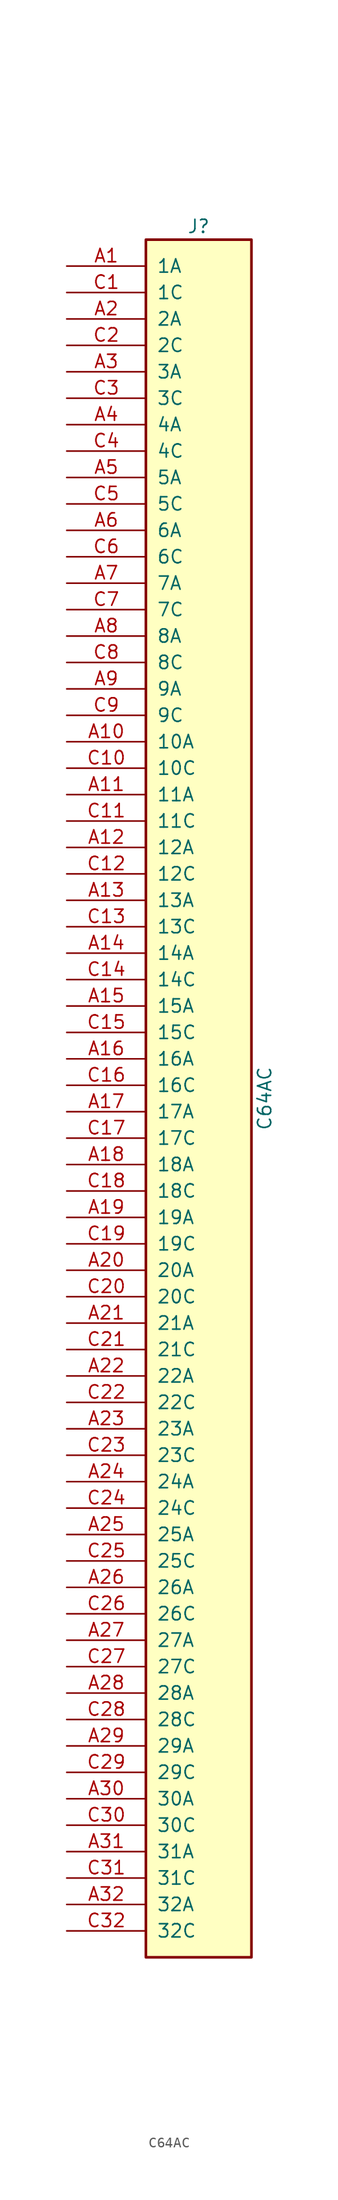
<source format=kicad_sym>
(kicad_symbol_lib
  (version 20211014)
  (generator kicad_symbol_editor)
  (symbol "C64AC"
    (pin_names
      (offset 1.016))
    (property "Reference" "J"
      (at 0 83.82 0)
      (effects (font (size 1.27 1.27))))
    (property "Value" "C64AC"
      (at 6.35 0 90)
      (effects (font (size 1.27 1.27))))
    (symbol "C64AC_0_1"
      (rectangle (start -5.08 -82.55) (end 5.08 82.55) (stroke (width 0.254) (type default) (color 0 0 0 0)) (fill (type background))))
    (symbol "C64AC_1_1"
      (pin passive line (at -12.7 80.01 0) (length 7.62) (name "1A" (effects (font (size 1.27 1.27)))) (number "A1" (effects (font (size 1.27 1.27)))))
      (pin passive line (at -12.7 34.29 0) (length 7.62) (name "10A" (effects (font (size 1.27 1.27)))) (number "A10" (effects (font (size 1.27 1.27)))))
      (pin passive line (at -12.7 29.21 0) (length 7.62) (name "11A" (effects (font (size 1.27 1.27)))) (number "A11" (effects (font (size 1.27 1.27)))))
      (pin passive line (at -12.7 24.13 0) (length 7.62) (name "12A" (effects (font (size 1.27 1.27)))) (number "A12" (effects (font (size 1.27 1.27)))))
      (pin passive line (at -12.7 19.05 0) (length 7.62) (name "13A" (effects (font (size 1.27 1.27)))) (number "A13" (effects (font (size 1.27 1.27)))))
      (pin passive line (at -12.7 13.97 0) (length 7.62) (name "14A" (effects (font (size 1.27 1.27)))) (number "A14" (effects (font (size 1.27 1.27)))))
      (pin passive line (at -12.7 8.89 0) (length 7.62) (name "15A" (effects (font (size 1.27 1.27)))) (number "A15" (effects (font (size 1.27 1.27)))))
      (pin passive line (at -12.7 3.81 0) (length 7.62) (name "16A" (effects (font (size 1.27 1.27)))) (number "A16" (effects (font (size 1.27 1.27)))))
      (pin passive line (at -12.7 -1.27 0) (length 7.62) (name "17A" (effects (font (size 1.27 1.27)))) (number "A17" (effects (font (size 1.27 1.27)))))
      (pin passive line (at -12.7 -6.35 0) (length 7.62) (name "18A" (effects (font (size 1.27 1.27)))) (number "A18" (effects (font (size 1.27 1.27)))))
      (pin passive line (at -12.7 -11.43 0) (length 7.62) (name "19A" (effects (font (size 1.27 1.27)))) (number "A19" (effects (font (size 1.27 1.27)))))
      (pin passive line (at -12.7 74.93 0) (length 7.62) (name "2A" (effects (font (size 1.27 1.27)))) (number "A2" (effects (font (size 1.27 1.27)))))
      (pin passive line (at -12.7 -16.51 0) (length 7.62) (name "20A" (effects (font (size 1.27 1.27)))) (number "A20" (effects (font (size 1.27 1.27)))))
      (pin passive line (at -12.7 -21.59 0) (length 7.62) (name "21A" (effects (font (size 1.27 1.27)))) (number "A21" (effects (font (size 1.27 1.27)))))
      (pin passive line (at -12.7 -26.67 0) (length 7.62) (name "22A" (effects (font (size 1.27 1.27)))) (number "A22" (effects (font (size 1.27 1.27)))))
      (pin passive line (at -12.7 -31.75 0) (length 7.62) (name "23A" (effects (font (size 1.27 1.27)))) (number "A23" (effects (font (size 1.27 1.27)))))
      (pin passive line (at -12.7 -36.83 0) (length 7.62) (name "24A" (effects (font (size 1.27 1.27)))) (number "A24" (effects (font (size 1.27 1.27)))))
      (pin passive line (at -12.7 -41.91 0) (length 7.62) (name "25A" (effects (font (size 1.27 1.27)))) (number "A25" (effects (font (size 1.27 1.27)))))
      (pin passive line (at -12.7 -46.99 0) (length 7.62) (name "26A" (effects (font (size 1.27 1.27)))) (number "A26" (effects (font (size 1.27 1.27)))))
      (pin passive line (at -12.7 -52.07 0) (length 7.62) (name "27A" (effects (font (size 1.27 1.27)))) (number "A27" (effects (font (size 1.27 1.27)))))
      (pin passive line (at -12.7 -57.15 0) (length 7.62) (name "28A" (effects (font (size 1.27 1.27)))) (number "A28" (effects (font (size 1.27 1.27)))))
      (pin passive line (at -12.7 -62.23 0) (length 7.62) (name "29A" (effects (font (size 1.27 1.27)))) (number "A29" (effects (font (size 1.27 1.27)))))
      (pin passive line (at -12.7 69.85 0) (length 7.62) (name "3A" (effects (font (size 1.27 1.27)))) (number "A3" (effects (font (size 1.27 1.27)))))
      (pin passive line (at -12.7 -67.31 0) (length 7.62) (name "30A" (effects (font (size 1.27 1.27)))) (number "A30" (effects (font (size 1.27 1.27)))))
      (pin passive line (at -12.7 -72.39 0) (length 7.62) (name "31A" (effects (font (size 1.27 1.27)))) (number "A31" (effects (font (size 1.27 1.27)))))
      (pin passive line (at -12.7 -77.47 0) (length 7.62) (name "32A" (effects (font (size 1.27 1.27)))) (number "A32" (effects (font (size 1.27 1.27)))))
      (pin passive line (at -12.7 64.77 0) (length 7.62) (name "4A" (effects (font (size 1.27 1.27)))) (number "A4" (effects (font (size 1.27 1.27)))))
      (pin passive line (at -12.7 59.69 0) (length 7.62) (name "5A" (effects (font (size 1.27 1.27)))) (number "A5" (effects (font (size 1.27 1.27)))))
      (pin passive line (at -12.7 54.61 0) (length 7.62) (name "6A" (effects (font (size 1.27 1.27)))) (number "A6" (effects (font (size 1.27 1.27)))))
      (pin passive line (at -12.7 49.53 0) (length 7.62) (name "7A" (effects (font (size 1.27 1.27)))) (number "A7" (effects (font (size 1.27 1.27)))))
      (pin passive line (at -12.7 44.45 0) (length 7.62) (name "8A" (effects (font (size 1.27 1.27)))) (number "A8" (effects (font (size 1.27 1.27)))))
      (pin passive line (at -12.7 39.37 0) (length 7.62) (name "9A" (effects (font (size 1.27 1.27)))) (number "A9" (effects (font (size 1.27 1.27)))))
      (pin passive line (at -12.7 77.47 0) (length 7.62) (name "1C" (effects (font (size 1.27 1.27)))) (number "C1" (effects (font (size 1.27 1.27)))))
      (pin passive line (at -12.7 31.75 0) (length 7.62) (name "10C" (effects (font (size 1.27 1.27)))) (number "C10" (effects (font (size 1.27 1.27)))))
      (pin passive line (at -12.7 26.67 0) (length 7.62) (name "11C" (effects (font (size 1.27 1.27)))) (number "C11" (effects (font (size 1.27 1.27)))))
      (pin passive line (at -12.7 21.59 0) (length 7.62) (name "12C" (effects (font (size 1.27 1.27)))) (number "C12" (effects (font (size 1.27 1.27)))))
      (pin passive line (at -12.7 16.51 0) (length 7.62) (name "13C" (effects (font (size 1.27 1.27)))) (number "C13" (effects (font (size 1.27 1.27)))))
      (pin passive line (at -12.7 11.43 0) (length 7.62) (name "14C" (effects (font (size 1.27 1.27)))) (number "C14" (effects (font (size 1.27 1.27)))))
      (pin passive line (at -12.7 6.35 0) (length 7.62) (name "15C" (effects (font (size 1.27 1.27)))) (number "C15" (effects (font (size 1.27 1.27)))))
      (pin passive line (at -12.7 1.27 0) (length 7.62) (name "16C" (effects (font (size 1.27 1.27)))) (number "C16" (effects (font (size 1.27 1.27)))))
      (pin passive line (at -12.7 -3.81 0) (length 7.62) (name "17C" (effects (font (size 1.27 1.27)))) (number "C17" (effects (font (size 1.27 1.27)))))
      (pin passive line (at -12.7 -8.89 0) (length 7.62) (name "18C" (effects (font (size 1.27 1.27)))) (number "C18" (effects (font (size 1.27 1.27)))))
      (pin passive line (at -12.7 -13.97 0) (length 7.62) (name "19C" (effects (font (size 1.27 1.27)))) (number "C19" (effects (font (size 1.27 1.27)))))
      (pin passive line (at -12.7 72.39 0) (length 7.62) (name "2C" (effects (font (size 1.27 1.27)))) (number "C2" (effects (font (size 1.27 1.27)))))
      (pin passive line (at -12.7 -19.05 0) (length 7.62) (name "20C" (effects (font (size 1.27 1.27)))) (number "C20" (effects (font (size 1.27 1.27)))))
      (pin passive line (at -12.7 -24.13 0) (length 7.62) (name "21C" (effects (font (size 1.27 1.27)))) (number "C21" (effects (font (size 1.27 1.27)))))
      (pin passive line (at -12.7 -29.21 0) (length 7.62) (name "22C" (effects (font (size 1.27 1.27)))) (number "C22" (effects (font (size 1.27 1.27)))))
      (pin passive line (at -12.7 -34.29 0) (length 7.62) (name "23C" (effects (font (size 1.27 1.27)))) (number "C23" (effects (font (size 1.27 1.27)))))
      (pin passive line (at -12.7 -39.37 0) (length 7.62) (name "24C" (effects (font (size 1.27 1.27)))) (number "C24" (effects (font (size 1.27 1.27)))))
      (pin passive line (at -12.7 -44.45 0) (length 7.62) (name "25C" (effects (font (size 1.27 1.27)))) (number "C25" (effects (font (size 1.27 1.27)))))
      (pin passive line (at -12.7 -49.53 0) (length 7.62) (name "26C" (effects (font (size 1.27 1.27)))) (number "C26" (effects (font (size 1.27 1.27)))))
      (pin passive line (at -12.7 -54.61 0) (length 7.62) (name "27C" (effects (font (size 1.27 1.27)))) (number "C27" (effects (font (size 1.27 1.27)))))
      (pin passive line (at -12.7 -59.69 0) (length 7.62) (name "28C" (effects (font (size 1.27 1.27)))) (number "C28" (effects (font (size 1.27 1.27)))))
      (pin passive line (at -12.7 -64.77 0) (length 7.62) (name "29C" (effects (font (size 1.27 1.27)))) (number "C29" (effects (font (size 1.27 1.27)))))
      (pin passive line (at -12.7 67.31 0) (length 7.62) (name "3C" (effects (font (size 1.27 1.27)))) (number "C3" (effects (font (size 1.27 1.27)))))
      (pin passive line (at -12.7 -69.85 0) (length 7.62) (name "30C" (effects (font (size 1.27 1.27)))) (number "C30" (effects (font (size 1.27 1.27)))))
      (pin passive line (at -12.7 -74.93 0) (length 7.62) (name "31C" (effects (font (size 1.27 1.27)))) (number "C31" (effects (font (size 1.27 1.27)))))
      (pin passive line (at -12.7 -80.01 0) (length 7.62) (name "32C" (effects (font (size 1.27 1.27)))) (number "C32" (effects (font (size 1.27 1.27)))))
      (pin passive line (at -12.7 62.23 0) (length 7.62) (name "4C" (effects (font (size 1.27 1.27)))) (number "C4" (effects (font (size 1.27 1.27)))))
      (pin passive line (at -12.7 57.15 0) (length 7.62) (name "5C" (effects (font (size 1.27 1.27)))) (number "C5" (effects (font (size 1.27 1.27)))))
      (pin passive line (at -12.7 52.07 0) (length 7.62) (name "6C" (effects (font (size 1.27 1.27)))) (number "C6" (effects (font (size 1.27 1.27)))))
      (pin passive line (at -12.7 46.99 0) (length 7.62) (name "7C" (effects (font (size 1.27 1.27)))) (number "C7" (effects (font (size 1.27 1.27)))))
      (pin passive line (at -12.7 41.91 0) (length 7.62) (name "8C" (effects (font (size 1.27 1.27)))) (number "C8" (effects (font (size 1.27 1.27)))))
      (pin passive line (at -12.7 36.83 0) (length 7.62) (name "9C" (effects (font (size 1.27 1.27)))) (number "C9" (effects (font (size 1.27 1.27))))))))
</source>
